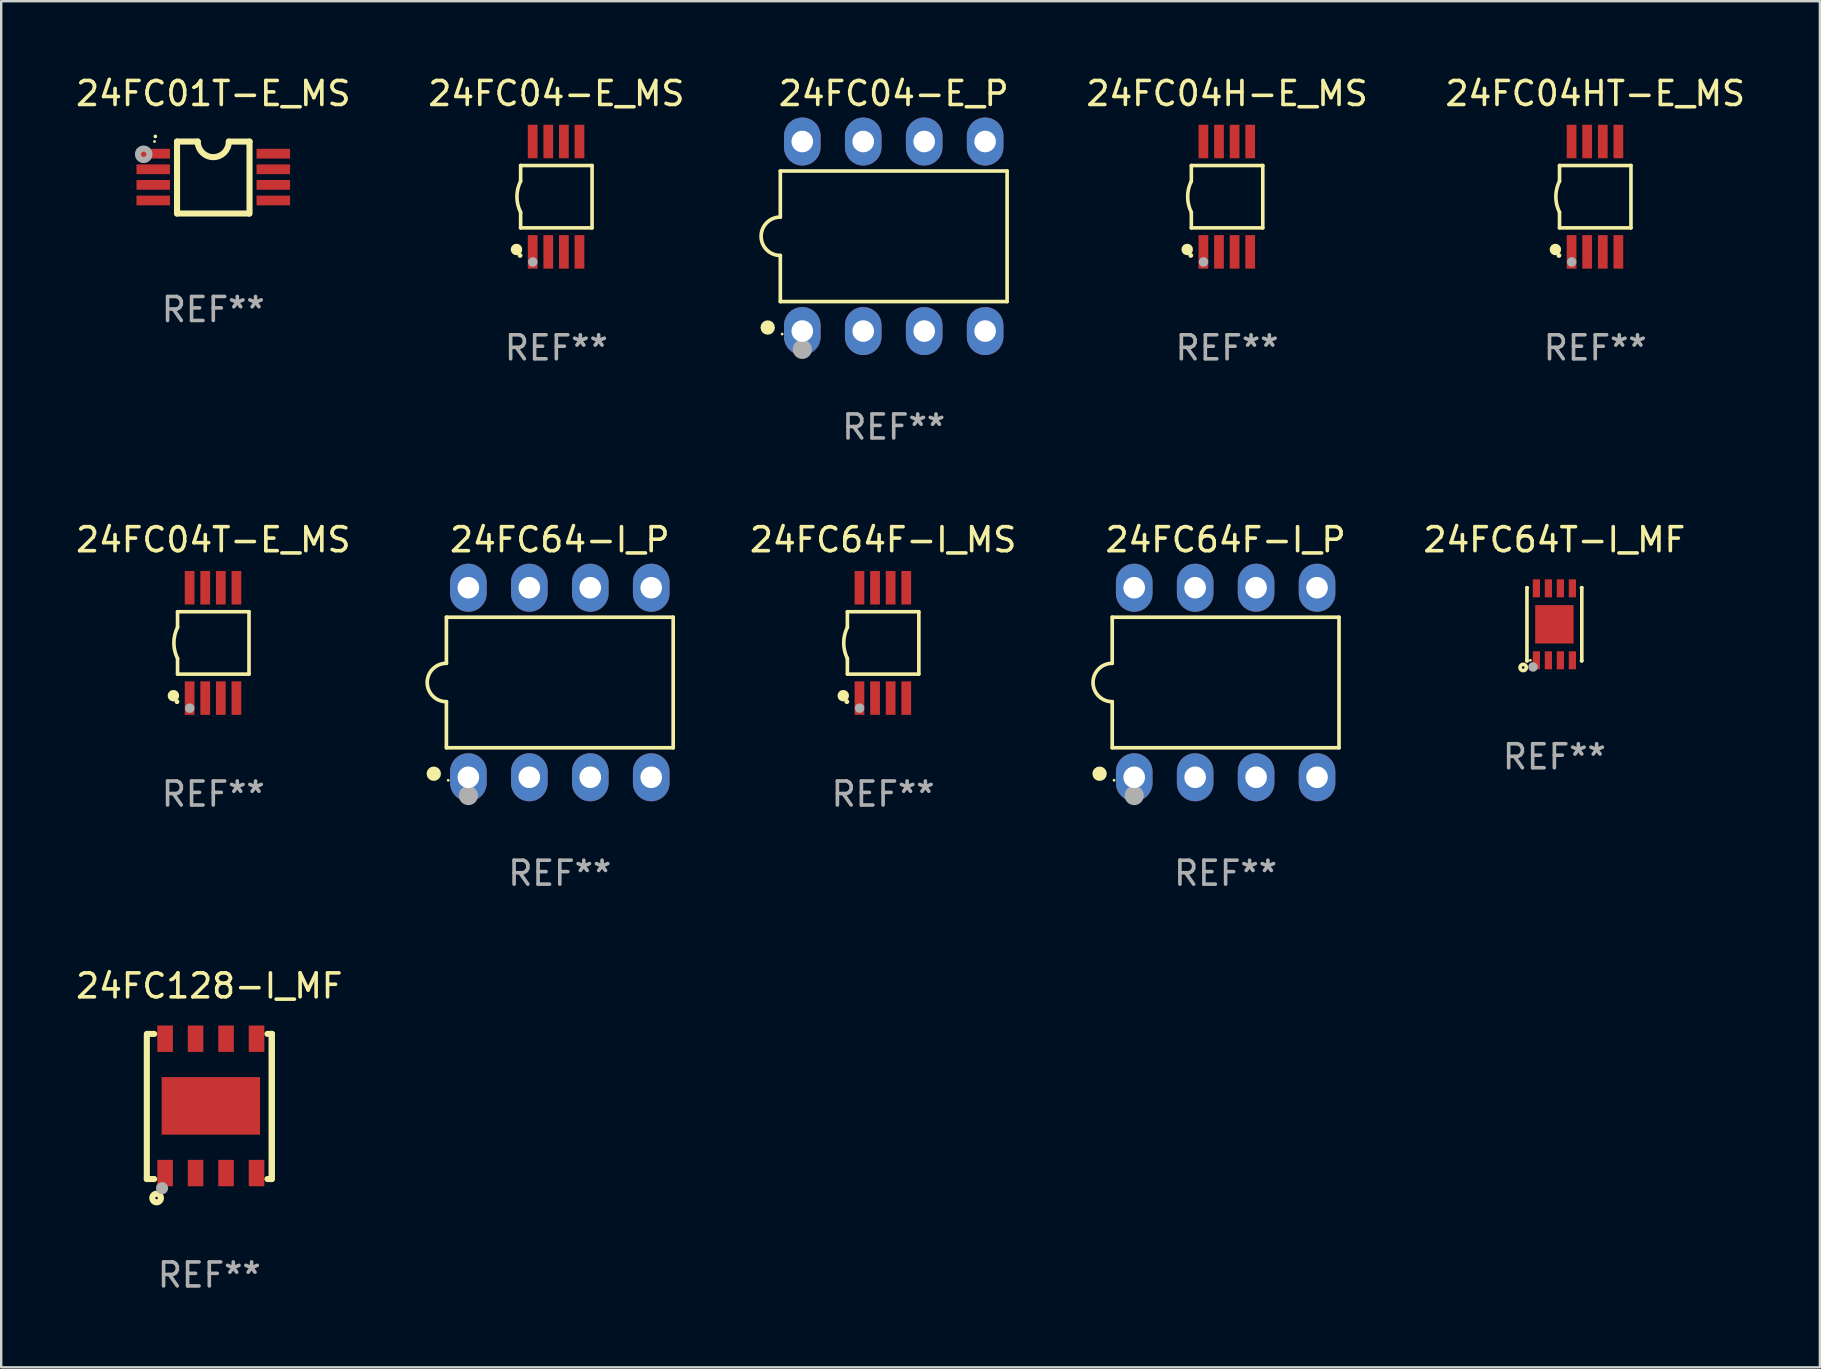
<source format=kicad_pcb>
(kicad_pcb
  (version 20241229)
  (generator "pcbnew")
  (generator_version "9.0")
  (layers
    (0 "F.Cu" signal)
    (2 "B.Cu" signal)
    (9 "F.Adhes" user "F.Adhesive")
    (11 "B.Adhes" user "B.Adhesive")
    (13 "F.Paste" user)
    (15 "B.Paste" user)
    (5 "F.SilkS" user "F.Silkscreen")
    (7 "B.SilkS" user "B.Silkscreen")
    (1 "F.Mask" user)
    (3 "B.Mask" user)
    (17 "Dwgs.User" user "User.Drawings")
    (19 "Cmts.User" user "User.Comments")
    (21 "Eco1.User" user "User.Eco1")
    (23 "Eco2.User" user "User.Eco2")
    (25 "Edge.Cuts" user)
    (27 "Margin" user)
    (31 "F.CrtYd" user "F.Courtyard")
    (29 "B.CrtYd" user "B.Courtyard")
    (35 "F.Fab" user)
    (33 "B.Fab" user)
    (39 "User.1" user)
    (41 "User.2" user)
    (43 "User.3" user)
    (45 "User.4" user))
  (footprint "24FC04H-E_MS"
    (layer "F.Cu")
    (at 48.091 5.148)
    (property "Reference" "24FC04H-E_MS" (at 0 -4.3 0) (layer "F.SilkS") (effects (font (size 1 1) (thickness 0.15))))
    (attr through_hole)
    (fp_line (start -1.489 -1.3) (end -1.489 -0.648) (stroke (width 0.15) (type solid)) (layer "F.SilkS"))
    (fp_line (start -1.489 0.648) (end -1.489 1.3) (stroke (width 0.15) (type solid)) (layer "F.SilkS"))
    (fp_line (start -1.489 1.3) (end 1.489 1.3) (stroke (width 0.15) (type solid)) (layer "F.SilkS"))
    (fp_line (start 1.489 -1.3) (end -1.489 -1.3) (stroke (width 0.15) (type solid)) (layer "F.SilkS"))
    (fp_line (start 1.489 1.3) (end 1.489 -1.3) (stroke (width 0.15) (type solid)) (layer "F.SilkS"))
    (fp_arc (start -1.489205 0.647702) (mid -1.642107 0) (end -1.489205 -0.647701) (stroke (width 0.150013) (type solid)) (layer "F.SilkS"))
    (fp_circle (center -1.661 2.2) (end -1.541 2.2) (stroke (width 0.24) (type solid)) (fill no) (layer "F.SilkS"))
    (fp_circle (center -1.511 2.45) (end -1.461 2.45) (stroke (width 0.1) (type solid)) (fill no) (layer "F.SilkS"))
    (fp_circle (center -0.981 2.72) (end -0.881 2.72) (stroke (width 0.2) (type solid)) (fill no) (layer "F.Fab"))
    (fp_text user "REF**" (at 0 6.3 0) (layer "F.Fab") (effects (font (size 1 1) (thickness 0.15))))
    (pad "1" smd rect (at -0.986 2.3) (size 0.406 1.397) (layers "F.Cu" "F.Mask" "F.Paste"))
    (pad "2" smd rect (at -0.336 2.3) (size 0.406 1.397) (layers "F.Cu" "F.Mask" "F.Paste"))
    (pad "3" smd rect (at 0.314 2.3) (size 0.406 1.397) (layers "F.Cu" "F.Mask" "F.Paste"))
    (pad "4" smd rect (at 0.964 2.3) (size 0.406 1.397) (layers "F.Cu" "F.Mask" "F.Paste"))
    (pad "5" smd rect (at 0.964 -2.3) (size 0.406 1.397) (layers "F.Cu" "F.Mask" "F.Paste"))
    (pad "6" smd rect (at 0.314 -2.3) (size 0.406 1.397) (layers "F.Cu" "F.Mask" "F.Paste"))
    (pad "7" smd rect (at -0.336 -2.3) (size 0.406 1.397) (layers "F.Cu" "F.Mask" "F.Paste"))
    (pad "8" smd rect (at -0.986 -2.3) (size 0.406 1.397) (layers "F.Cu" "F.Mask" "F.Paste")))
  (footprint "24FC01T-E_MS"
    (layer "F.Cu")
    (at 5.839 4.35)
    (property "Reference" "24FC01T-E_MS" (at 0 -3.501 0) (layer "F.SilkS") (effects (font (size 1 1) (thickness 0.15))))
    (attr through_hole)
    (fp_line (start -1.511 -1.501) (end -1.511 1.499) (stroke (width 0.254) (type solid)) (layer "F.SilkS"))
    (fp_line (start -1.511 -1.501) (end -0.648 -1.501) (stroke (width 0.254) (type solid)) (layer "F.SilkS"))
    (fp_line (start -1.511 1.499) (end 1.489 1.499) (stroke (width 0.254) (type solid)) (layer "F.SilkS"))
    (fp_line (start 0.648 -1.499) (end 1.511 -1.499) (stroke (width 0.254) (type solid)) (layer "F.SilkS"))
    (fp_line (start 1.511 -1.499) (end 1.511 1.501) (stroke (width 0.254) (type solid)) (layer "F.SilkS"))
    (fp_arc (start -2.41491 -1.713233) (mid -2.414916 -1.714503) (end -2.41491 -1.715773) (stroke (width 0.150013) (type solid)) (layer "F.SilkS"))
    (fp_arc (start 0.647803 -1.498603) (mid 0.000102 -0.850902) (end -0.647599 -1.498603) (stroke (width 0.254001) (type solid)) (layer "F.SilkS"))
    (fp_circle (center -2.45 -1.501) (end -2.42 -1.501) (stroke (width 0.06) (type solid)) (fill no) (layer "F.SilkS"))
    (fp_circle (center -2.9 -0.97) (end -2.788 -0.97) (stroke (width 0.254) (type solid)) (fill no) (layer "F.Fab"))
    (fp_text user "REF**" (at 0 5.501 0) (layer "F.Fab") (effects (font (size 1 1) (thickness 0.15))))
    (pad "1" smd rect (at -2.502 -0.995) (size 1.397 0.406) (layers "F.Cu" "F.Mask" "F.Paste"))
    (pad "2" smd rect (at -2.502 -0.345) (size 1.397 0.406) (layers "F.Cu" "F.Mask" "F.Paste"))
    (pad "3" smd rect (at -2.502 0.305) (size 1.397 0.406) (layers "F.Cu" "F.Mask" "F.Paste"))
    (pad "4" smd rect (at -2.502 0.955) (size 1.397 0.406) (layers "F.Cu" "F.Mask" "F.Paste"))
    (pad "5" smd rect (at 2.502 0.955) (size 1.397 0.406) (layers "F.Cu" "F.Mask" "F.Paste"))
    (pad "6" smd rect (at 2.502 0.305) (size 1.397 0.406) (layers "F.Cu" "F.Mask" "F.Paste"))
    (pad "7" smd rect (at 2.502 -0.345) (size 1.397 0.406) (layers "F.Cu" "F.Mask" "F.Paste"))
    (pad "8" smd rect (at 2.502 -0.995) (size 1.397 0.406) (layers "F.Cu" "F.Mask" "F.Paste")))
  (footprint "24FC04T-E_MS"
    (layer "F.Cu")
    (at 5.839 23.745)
    (property "Reference" "24FC04T-E_MS" (at 0 -4.3 0) (layer "F.SilkS") (effects (font (size 1 1) (thickness 0.15))))
    (attr through_hole)
    (fp_line (start -1.489 -1.3) (end -1.489 -0.648) (stroke (width 0.15) (type solid)) (layer "F.SilkS"))
    (fp_line (start -1.489 0.648) (end -1.489 1.3) (stroke (width 0.15) (type solid)) (layer "F.SilkS"))
    (fp_line (start -1.489 1.3) (end 1.489 1.3) (stroke (width 0.15) (type solid)) (layer "F.SilkS"))
    (fp_line (start 1.489 -1.3) (end -1.489 -1.3) (stroke (width 0.15) (type solid)) (layer "F.SilkS"))
    (fp_line (start 1.489 1.3) (end 1.489 -1.3) (stroke (width 0.15) (type solid)) (layer "F.SilkS"))
    (fp_arc (start -1.489205 0.647702) (mid -1.642107 0) (end -1.489205 -0.647701) (stroke (width 0.150013) (type solid)) (layer "F.SilkS"))
    (fp_circle (center -1.661 2.2) (end -1.541 2.2) (stroke (width 0.24) (type solid)) (fill no) (layer "F.SilkS"))
    (fp_circle (center -1.511 2.45) (end -1.461 2.45) (stroke (width 0.1) (type solid)) (fill no) (layer "F.SilkS"))
    (fp_circle (center -0.981 2.72) (end -0.881 2.72) (stroke (width 0.2) (type solid)) (fill no) (layer "F.Fab"))
    (fp_text user "REF**" (at 0 6.3 0) (layer "F.Fab") (effects (font (size 1 1) (thickness 0.15))))
    (pad "1" smd rect (at -0.986 2.3) (size 0.406 1.397) (layers "F.Cu" "F.Mask" "F.Paste"))
    (pad "2" smd rect (at -0.336 2.3) (size 0.406 1.397) (layers "F.Cu" "F.Mask" "F.Paste"))
    (pad "3" smd rect (at 0.314 2.3) (size 0.406 1.397) (layers "F.Cu" "F.Mask" "F.Paste"))
    (pad "4" smd rect (at 0.964 2.3) (size 0.406 1.397) (layers "F.Cu" "F.Mask" "F.Paste"))
    (pad "5" smd rect (at 0.964 -2.3) (size 0.406 1.397) (layers "F.Cu" "F.Mask" "F.Paste"))
    (pad "6" smd rect (at 0.314 -2.3) (size 0.406 1.397) (layers "F.Cu" "F.Mask" "F.Paste"))
    (pad "7" smd rect (at -0.336 -2.3) (size 0.406 1.397) (layers "F.Cu" "F.Mask" "F.Paste"))
    (pad "8" smd rect (at -0.986 -2.3) (size 0.406 1.397) (layers "F.Cu" "F.Mask" "F.Paste")))
  (footprint "24FC64-I_P"
    (layer "F.Cu")
    (at 20.281 25.395)
    (property "Reference" "24FC64-I_P" (at 0 -5.95 0) (layer "F.SilkS") (effects (font (size 1 1) (thickness 0.15))))
    (attr through_hole)
    (fp_line (start -4.726 -2.721) (end -4.726 -0.8) (stroke (width 0.152) (type solid)) (layer "F.SilkS"))
    (fp_line (start -4.726 0.8) (end -4.726 2.721) (stroke (width 0.152) (type solid)) (layer "F.SilkS"))
    (fp_line (start -4.726 2.721) (end 4.726 2.721) (stroke (width 0.152) (type solid)) (layer "F.SilkS"))
    (fp_line (start 4.726 -2.721) (end -4.726 -2.721) (stroke (width 0.152) (type solid)) (layer "F.SilkS"))
    (fp_line (start 4.726 2.721) (end 4.726 -2.721) (stroke (width 0.152) (type solid)) (layer "F.SilkS"))
    (fp_arc (start -4.726213 0.8) (mid -5.526213 0) (end -4.726213 -0.8) (stroke (width 0.1524) (type solid)) (layer "F.SilkS"))
    (fp_circle (center -5.252 3.802) (end -5.102 3.802) (stroke (width 0.3) (type solid)) (fill no) (layer "F.SilkS"))
    (fp_circle (center -4.65 4.075) (end -4.62 4.075) (stroke (width 0.06) (type solid)) (fill no) (layer "F.SilkS"))
    (fp_circle (center -3.81 4.712) (end -3.61 4.712) (stroke (width 0.4) (type solid)) (fill no) (layer "F.Fab"))
    (fp_text user "REF**" (at 0 7.95 0) (layer "F.Fab") (effects (font (size 1 1) (thickness 0.15))))
    (pad "1" thru_hole oval (at -3.81 3.95) (size 1.524 2) (drill 0.9) (layers "*.Cu" "*.Mask"))
    (pad "2" thru_hole oval (at -1.27 3.95) (size 1.524 2) (drill 0.9) (layers "*.Cu" "*.Mask"))
    (pad "3" thru_hole oval (at 1.27 3.95) (size 1.524 2) (drill 0.9) (layers "*.Cu" "*.Mask"))
    (pad "4" thru_hole oval (at 3.81 3.95) (size 1.524 2) (drill 0.9) (layers "*.Cu" "*.Mask"))
    (pad "5" thru_hole oval (at 3.81 -3.95) (size 1.524 2) (drill 0.9) (layers "*.Cu" "*.Mask"))
    (pad "6" thru_hole oval (at 1.27 -3.95) (size 1.524 2) (drill 0.9) (layers "*.Cu" "*.Mask"))
    (pad "7" thru_hole oval (at -1.27 -3.95) (size 1.524 2) (drill 0.9) (layers "*.Cu" "*.Mask"))
    (pad "8" thru_hole oval (at -3.81 -3.95) (size 1.524 2) (drill 0.9) (layers "*.Cu" "*.Mask")))
  (footprint "24FC128-I_MF"
    (layer "F.Cu")
    (at 5.673 43.065)
    (property "Reference" "24FC128-I_MF" (at 0 -5.024 0) (layer "F.SilkS") (effects (font (size 1 1) (thickness 0.15))))
    (attr through_hole)
    (fp_line (start -2.604 -2.945) (end -2.604 3.024) (stroke (width 0.254) (type solid)) (layer "F.SilkS"))
    (fp_line (start -2.604 3.024) (end -2.298 3.024) (stroke (width 0.254) (type solid)) (layer "F.SilkS"))
    (fp_line (start -2.298 -3.024) (end -2.604 -3.024) (stroke (width 0.254) (type solid)) (layer "F.SilkS"))
    (fp_line (start 2.425 3.024) (end 2.604 3.024) (stroke (width 0.254) (type solid)) (layer "F.SilkS"))
    (fp_line (start 2.604 -3.024) (end 2.425 -3.024) (stroke (width 0.254) (type solid)) (layer "F.SilkS"))
    (fp_line (start 2.604 -3.024) (end 2.604 2.976) (stroke (width 0.254) (type solid)) (layer "F.SilkS"))
    (fp_line (start 2.604 3.024) (end 2.604 -3.024) (stroke (width 0.254) (type solid)) (layer "F.SilkS"))
    (fp_circle (center -2.437 2.976) (end -2.407 2.976) (stroke (width 0.06) (type solid)) (fill no) (layer "F.SilkS"))
    (fp_circle (center -2.196 3.816) (end -2.017 3.816) (stroke (width 0.254) (type solid)) (fill no) (layer "F.SilkS"))
    (fp_circle (center -1.969 3.405) (end -1.842 3.405) (stroke (width 0.254) (type solid)) (fill no) (layer "F.Fab"))
    (fp_text user "REF**" (at 0 7.024 0) (layer "F.Fab") (effects (font (size 1 1) (thickness 0.15))))
    (pad "1" smd rect (at -1.842 2.776) (size 0.65 1.1) (layers "F.Cu" "F.Mask" "F.Paste"))
    (pad "2" smd rect (at -0.572 2.776) (size 0.65 1.1) (layers "F.Cu" "F.Mask" "F.Paste"))
    (pad "3" smd rect (at 0.699 2.776) (size 0.65 1.1) (layers "F.Cu" "F.Mask" "F.Paste"))
    (pad "4" smd rect (at 1.969 2.776) (size 0.65 1.1) (layers "F.Cu" "F.Mask" "F.Paste"))
    (pad "5" smd rect (at 1.969 -2.824) (size 0.65 1.1) (layers "F.Cu" "F.Mask" "F.Paste"))
    (pad "6" smd rect (at 0.699 -2.824) (size 0.65 1.1) (layers "F.Cu" "F.Mask" "F.Paste"))
    (pad "7" smd rect (at -0.572 -2.824) (size 0.65 1.1) (layers "F.Cu" "F.Mask" "F.Paste"))
    (pad "8" smd rect (at -1.842 -2.824) (size 0.65 1.1) (layers "F.Cu" "F.Mask" "F.Paste"))
    (pad "9" smd rect (at 0.064 -0.024) (size 4.1 2.4) (layers "F.Cu" "F.Mask" "F.Paste")))
  (footprint "24FC64T-I_MF"
    (layer "F.Cu")
    (at 61.733 22.969)
    (property "Reference" "24FC64T-I_MF" (at 0 -3.524 0) (layer "F.SilkS") (effects (font (size 1 1) (thickness 0.15))))
    (attr through_hole)
    (fp_line (start -1.143 -1.524) (end -1.143 1.524) (stroke (width 0.15) (type solid)) (layer "F.SilkS"))
    (fp_line (start -1.143 1.524) (end -1.129 1.524) (stroke (width 0.15) (type solid)) (layer "F.SilkS"))
    (fp_line (start -1.129 -1.524) (end -1.143 -1.524) (stroke (width 0.15) (type solid)) (layer "F.SilkS"))
    (fp_line (start 1.129 1.524) (end 1.143 1.524) (stroke (width 0.15) (type solid)) (layer "F.SilkS"))
    (fp_line (start 1.143 -1.524) (end 1.129 -1.524) (stroke (width 0.15) (type solid)) (layer "F.SilkS"))
    (fp_line (start 1.143 1.524) (end 1.143 -1.524) (stroke (width 0.15) (type solid)) (layer "F.SilkS"))
    (fp_circle (center -1.3 1.8) (end -1.243 1.8) (stroke (width 0.15) (type solid)) (fill no) (layer "F.SilkS"))
    (fp_circle (center -1 1.5) (end -0.97 1.5) (stroke (width 0.06) (type solid)) (fill no) (layer "F.SilkS"))
    (fp_circle (center -0.889 1.778) (end -0.789 1.778) (stroke (width 0.2) (type solid)) (fill no) (layer "F.Fab"))
    (fp_text user "REF**" (at 0 5.524 0) (layer "F.Fab") (effects (font (size 1 1) (thickness 0.15))))
    (pad "1" smd rect (at -0.75 1.5 90) (size 0.75 0.3) (layers "F.Cu" "F.Mask" "F.Paste"))
    (pad "2" smd rect (at -0.25 1.5 90) (size 0.75 0.3) (layers "F.Cu" "F.Mask" "F.Paste"))
    (pad "3" smd rect (at 0.25 1.5 90) (size 0.75 0.3) (layers "F.Cu" "F.Mask" "F.Paste"))
    (pad "4" smd rect (at 0.75 1.5 90) (size 0.75 0.3) (layers "F.Cu" "F.Mask" "F.Paste"))
    (pad "5" smd rect (at 0.75 -1.5 90) (size 0.75 0.3) (layers "F.Cu" "F.Mask" "F.Paste"))
    (pad "6" smd rect (at 0.25 -1.5 90) (size 0.75 0.3) (layers "F.Cu" "F.Mask" "F.Paste"))
    (pad "7" smd rect (at -0.25 -1.5 90) (size 0.75 0.3) (layers "F.Cu" "F.Mask" "F.Paste"))
    (pad "8" smd rect (at -0.75 -1.5 90) (size 0.75 0.3) (layers "F.Cu" "F.Mask" "F.Paste"))
    (pad "9" smd rect (at -0.000203 0.000457 90) (size 1.6 1.6) (layers "F.Cu" "F.Mask" "F.Paste")))
  (footprint "24FC04-E_MS"
    (layer "F.Cu")
    (at 20.137 5.148)
    (property "Reference" "24FC04-E_MS" (at 0 -4.3 0) (layer "F.SilkS") (effects (font (size 1 1) (thickness 0.15))))
    (attr through_hole)
    (fp_line (start -1.489 -1.3) (end -1.489 -0.648) (stroke (width 0.15) (type solid)) (layer "F.SilkS"))
    (fp_line (start -1.489 0.648) (end -1.489 1.3) (stroke (width 0.15) (type solid)) (layer "F.SilkS"))
    (fp_line (start -1.489 1.3) (end 1.489 1.3) (stroke (width 0.15) (type solid)) (layer "F.SilkS"))
    (fp_line (start 1.489 -1.3) (end -1.489 -1.3) (stroke (width 0.15) (type solid)) (layer "F.SilkS"))
    (fp_line (start 1.489 1.3) (end 1.489 -1.3) (stroke (width 0.15) (type solid)) (layer "F.SilkS"))
    (fp_arc (start -1.489205 0.647702) (mid -1.642107 0) (end -1.489205 -0.647701) (stroke (width 0.150013) (type solid)) (layer "F.SilkS"))
    (fp_circle (center -1.661 2.2) (end -1.541 2.2) (stroke (width 0.24) (type solid)) (fill no) (layer "F.SilkS"))
    (fp_circle (center -1.511 2.45) (end -1.461 2.45) (stroke (width 0.1) (type solid)) (fill no) (layer "F.SilkS"))
    (fp_circle (center -0.981 2.72) (end -0.881 2.72) (stroke (width 0.2) (type solid)) (fill no) (layer "F.Fab"))
    (fp_text user "REF**" (at 0 6.3 0) (layer "F.Fab") (effects (font (size 1 1) (thickness 0.15))))
    (pad "1" smd rect (at -0.986 2.3) (size 0.406 1.397) (layers "F.Cu" "F.Mask" "F.Paste"))
    (pad "2" smd rect (at -0.336 2.3) (size 0.406 1.397) (layers "F.Cu" "F.Mask" "F.Paste"))
    (pad "3" smd rect (at 0.314 2.3) (size 0.406 1.397) (layers "F.Cu" "F.Mask" "F.Paste"))
    (pad "4" smd rect (at 0.964 2.3) (size 0.406 1.397) (layers "F.Cu" "F.Mask" "F.Paste"))
    (pad "5" smd rect (at 0.964 -2.3) (size 0.406 1.397) (layers "F.Cu" "F.Mask" "F.Paste"))
    (pad "6" smd rect (at 0.314 -2.3) (size 0.406 1.397) (layers "F.Cu" "F.Mask" "F.Paste"))
    (pad "7" smd rect (at -0.336 -2.3) (size 0.406 1.397) (layers "F.Cu" "F.Mask" "F.Paste"))
    (pad "8" smd rect (at -0.986 -2.3) (size 0.406 1.397) (layers "F.Cu" "F.Mask" "F.Paste")))
  (footprint "24FC64F-I_P"
    (layer "F.Cu")
    (at 48.031 25.395)
    (property "Reference" "24FC64F-I_P" (at 0 -5.95 0) (layer "F.SilkS") (effects (font (size 1 1) (thickness 0.15))))
    (attr through_hole)
    (fp_line (start -4.726 -2.721) (end -4.726 -0.8) (stroke (width 0.152) (type solid)) (layer "F.SilkS"))
    (fp_line (start -4.726 0.8) (end -4.726 2.721) (stroke (width 0.152) (type solid)) (layer "F.SilkS"))
    (fp_line (start -4.726 2.721) (end 4.726 2.721) (stroke (width 0.152) (type solid)) (layer "F.SilkS"))
    (fp_line (start 4.726 -2.721) (end -4.726 -2.721) (stroke (width 0.152) (type solid)) (layer "F.SilkS"))
    (fp_line (start 4.726 2.721) (end 4.726 -2.721) (stroke (width 0.152) (type solid)) (layer "F.SilkS"))
    (fp_arc (start -4.726213 0.8) (mid -5.526213 0) (end -4.726213 -0.8) (stroke (width 0.1524) (type solid)) (layer "F.SilkS"))
    (fp_circle (center -5.252 3.802) (end -5.102 3.802) (stroke (width 0.3) (type solid)) (fill no) (layer "F.SilkS"))
    (fp_circle (center -4.65 4.075) (end -4.62 4.075) (stroke (width 0.06) (type solid)) (fill no) (layer "F.SilkS"))
    (fp_circle (center -3.81 4.712) (end -3.61 4.712) (stroke (width 0.4) (type solid)) (fill no) (layer "F.Fab"))
    (fp_text user "REF**" (at 0 7.95 0) (layer "F.Fab") (effects (font (size 1 1) (thickness 0.15))))
    (pad "1" thru_hole oval (at -3.81 3.95) (size 1.524 2) (drill 0.9) (layers "*.Cu" "*.Mask"))
    (pad "2" thru_hole oval (at -1.27 3.95) (size 1.524 2) (drill 0.9) (layers "*.Cu" "*.Mask"))
    (pad "3" thru_hole oval (at 1.27 3.95) (size 1.524 2) (drill 0.9) (layers "*.Cu" "*.Mask"))
    (pad "4" thru_hole oval (at 3.81 3.95) (size 1.524 2) (drill 0.9) (layers "*.Cu" "*.Mask"))
    (pad "5" thru_hole oval (at 3.81 -3.95) (size 1.524 2) (drill 0.9) (layers "*.Cu" "*.Mask"))
    (pad "6" thru_hole oval (at 1.27 -3.95) (size 1.524 2) (drill 0.9) (layers "*.Cu" "*.Mask"))
    (pad "7" thru_hole oval (at -1.27 -3.95) (size 1.524 2) (drill 0.9) (layers "*.Cu" "*.Mask"))
    (pad "8" thru_hole oval (at -3.81 -3.95) (size 1.524 2) (drill 0.9) (layers "*.Cu" "*.Mask")))
  (footprint "24FC04-E_P"
    (layer "F.Cu")
    (at 34.198 6.798)
    (property "Reference" "24FC04-E_P" (at 0 -5.95 0) (layer "F.SilkS") (effects (font (size 1 1) (thickness 0.15))))
    (attr through_hole)
    (fp_line (start -4.726 -2.721) (end -4.726 -0.8) (stroke (width 0.152) (type solid)) (layer "F.SilkS"))
    (fp_line (start -4.726 0.8) (end -4.726 2.721) (stroke (width 0.152) (type solid)) (layer "F.SilkS"))
    (fp_line (start -4.726 2.721) (end 4.726 2.721) (stroke (width 0.152) (type solid)) (layer "F.SilkS"))
    (fp_line (start 4.726 -2.721) (end -4.726 -2.721) (stroke (width 0.152) (type solid)) (layer "F.SilkS"))
    (fp_line (start 4.726 2.721) (end 4.726 -2.721) (stroke (width 0.152) (type solid)) (layer "F.SilkS"))
    (fp_arc (start -4.726213 0.8) (mid -5.526213 0) (end -4.726213 -0.8) (stroke (width 0.1524) (type solid)) (layer "F.SilkS"))
    (fp_circle (center -5.252 3.802) (end -5.102 3.802) (stroke (width 0.3) (type solid)) (fill no) (layer "F.SilkS"))
    (fp_circle (center -4.65 4.075) (end -4.62 4.075) (stroke (width 0.06) (type solid)) (fill no) (layer "F.SilkS"))
    (fp_circle (center -3.81 4.712) (end -3.61 4.712) (stroke (width 0.4) (type solid)) (fill no) (layer "F.Fab"))
    (fp_text user "REF**" (at 0 7.95 0) (layer "F.Fab") (effects (font (size 1 1) (thickness 0.15))))
    (pad "1" thru_hole oval (at -3.81 3.95) (size 1.524 2) (drill 0.9) (layers "*.Cu" "*.Mask"))
    (pad "2" thru_hole oval (at -1.27 3.95) (size 1.524 2) (drill 0.9) (layers "*.Cu" "*.Mask"))
    (pad "3" thru_hole oval (at 1.27 3.95) (size 1.524 2) (drill 0.9) (layers "*.Cu" "*.Mask"))
    (pad "4" thru_hole oval (at 3.81 3.95) (size 1.524 2) (drill 0.9) (layers "*.Cu" "*.Mask"))
    (pad "5" thru_hole oval (at 3.81 -3.95) (size 1.524 2) (drill 0.9) (layers "*.Cu" "*.Mask"))
    (pad "6" thru_hole oval (at 1.27 -3.95) (size 1.524 2) (drill 0.9) (layers "*.Cu" "*.Mask"))
    (pad "7" thru_hole oval (at -1.27 -3.95) (size 1.524 2) (drill 0.9) (layers "*.Cu" "*.Mask"))
    (pad "8" thru_hole oval (at -3.81 -3.95) (size 1.524 2) (drill 0.9) (layers "*.Cu" "*.Mask")))
  (footprint "24FC04HT-E_MS"
    (layer "F.Cu")
    (at 63.436 5.148)
    (property "Reference" "24FC04HT-E_MS" (at 0 -4.3 0) (layer "F.SilkS") (effects (font (size 1 1) (thickness 0.15))))
    (attr through_hole)
    (fp_line (start -1.489 -1.3) (end -1.489 -0.648) (stroke (width 0.15) (type solid)) (layer "F.SilkS"))
    (fp_line (start -1.489 0.648) (end -1.489 1.3) (stroke (width 0.15) (type solid)) (layer "F.SilkS"))
    (fp_line (start -1.489 1.3) (end 1.489 1.3) (stroke (width 0.15) (type solid)) (layer "F.SilkS"))
    (fp_line (start 1.489 -1.3) (end -1.489 -1.3) (stroke (width 0.15) (type solid)) (layer "F.SilkS"))
    (fp_line (start 1.489 1.3) (end 1.489 -1.3) (stroke (width 0.15) (type solid)) (layer "F.SilkS"))
    (fp_arc (start -1.489205 0.647702) (mid -1.642107 0) (end -1.489205 -0.647701) (stroke (width 0.150013) (type solid)) (layer "F.SilkS"))
    (fp_circle (center -1.661 2.2) (end -1.541 2.2) (stroke (width 0.24) (type solid)) (fill no) (layer "F.SilkS"))
    (fp_circle (center -1.511 2.45) (end -1.461 2.45) (stroke (width 0.1) (type solid)) (fill no) (layer "F.SilkS"))
    (fp_circle (center -0.981 2.72) (end -0.881 2.72) (stroke (width 0.2) (type solid)) (fill no) (layer "F.Fab"))
    (fp_text user "REF**" (at 0 6.3 0) (layer "F.Fab") (effects (font (size 1 1) (thickness 0.15))))
    (pad "1" smd rect (at -0.986 2.3) (size 0.406 1.397) (layers "F.Cu" "F.Mask" "F.Paste"))
    (pad "2" smd rect (at -0.336 2.3) (size 0.406 1.397) (layers "F.Cu" "F.Mask" "F.Paste"))
    (pad "3" smd rect (at 0.314 2.3) (size 0.406 1.397) (layers "F.Cu" "F.Mask" "F.Paste"))
    (pad "4" smd rect (at 0.964 2.3) (size 0.406 1.397) (layers "F.Cu" "F.Mask" "F.Paste"))
    (pad "5" smd rect (at 0.964 -2.3) (size 0.406 1.397) (layers "F.Cu" "F.Mask" "F.Paste"))
    (pad "6" smd rect (at 0.314 -2.3) (size 0.406 1.397) (layers "F.Cu" "F.Mask" "F.Paste"))
    (pad "7" smd rect (at -0.336 -2.3) (size 0.406 1.397) (layers "F.Cu" "F.Mask" "F.Paste"))
    (pad "8" smd rect (at -0.986 -2.3) (size 0.406 1.397) (layers "F.Cu" "F.Mask" "F.Paste")))
  (footprint "24FC64F-I_MS"
    (layer "F.Cu")
    (at 33.756 23.745)
    (property "Reference" "24FC64F-I_MS" (at 0 -4.3 0) (layer "F.SilkS") (effects (font (size 1 1) (thickness 0.15))))
    (attr through_hole)
    (fp_line (start -1.489 -1.3) (end -1.489 -0.648) (stroke (width 0.15) (type solid)) (layer "F.SilkS"))
    (fp_line (start -1.489 0.648) (end -1.489 1.3) (stroke (width 0.15) (type solid)) (layer "F.SilkS"))
    (fp_line (start -1.489 1.3) (end 1.489 1.3) (stroke (width 0.15) (type solid)) (layer "F.SilkS"))
    (fp_line (start 1.489 -1.3) (end -1.489 -1.3) (stroke (width 0.15) (type solid)) (layer "F.SilkS"))
    (fp_line (start 1.489 1.3) (end 1.489 -1.3) (stroke (width 0.15) (type solid)) (layer "F.SilkS"))
    (fp_arc (start -1.489205 0.647702) (mid -1.642107 0) (end -1.489205 -0.647701) (stroke (width 0.150013) (type solid)) (layer "F.SilkS"))
    (fp_circle (center -1.661 2.2) (end -1.541 2.2) (stroke (width 0.24) (type solid)) (fill no) (layer "F.SilkS"))
    (fp_circle (center -1.511 2.45) (end -1.461 2.45) (stroke (width 0.1) (type solid)) (fill no) (layer "F.SilkS"))
    (fp_circle (center -0.981 2.72) (end -0.881 2.72) (stroke (width 0.2) (type solid)) (fill no) (layer "F.Fab"))
    (fp_text user "REF**" (at 0 6.3 0) (layer "F.Fab") (effects (font (size 1 1) (thickness 0.15))))
    (pad "1" smd rect (at -0.986 2.3) (size 0.406 1.397) (layers "F.Cu" "F.Mask" "F.Paste"))
    (pad "2" smd rect (at -0.336 2.3) (size 0.406 1.397) (layers "F.Cu" "F.Mask" "F.Paste"))
    (pad "3" smd rect (at 0.314 2.3) (size 0.406 1.397) (layers "F.Cu" "F.Mask" "F.Paste"))
    (pad "4" smd rect (at 0.964 2.3) (size 0.406 1.397) (layers "F.Cu" "F.Mask" "F.Paste"))
    (pad "5" smd rect (at 0.964 -2.3) (size 0.406 1.397) (layers "F.Cu" "F.Mask" "F.Paste"))
    (pad "6" smd rect (at 0.314 -2.3) (size 0.406 1.397) (layers "F.Cu" "F.Mask" "F.Paste"))
    (pad "7" smd rect (at -0.336 -2.3) (size 0.406 1.397) (layers "F.Cu" "F.Mask" "F.Paste"))
    (pad "8" smd rect (at -0.986 -2.3) (size 0.406 1.397) (layers "F.Cu" "F.Mask" "F.Paste")))
  (gr_rect
    (start -3 -3)
    (end 72.799 53.937)
    (stroke (width 0.1) (type default))
    (fill no)
    (layer "Edge.Cuts")))
</source>
